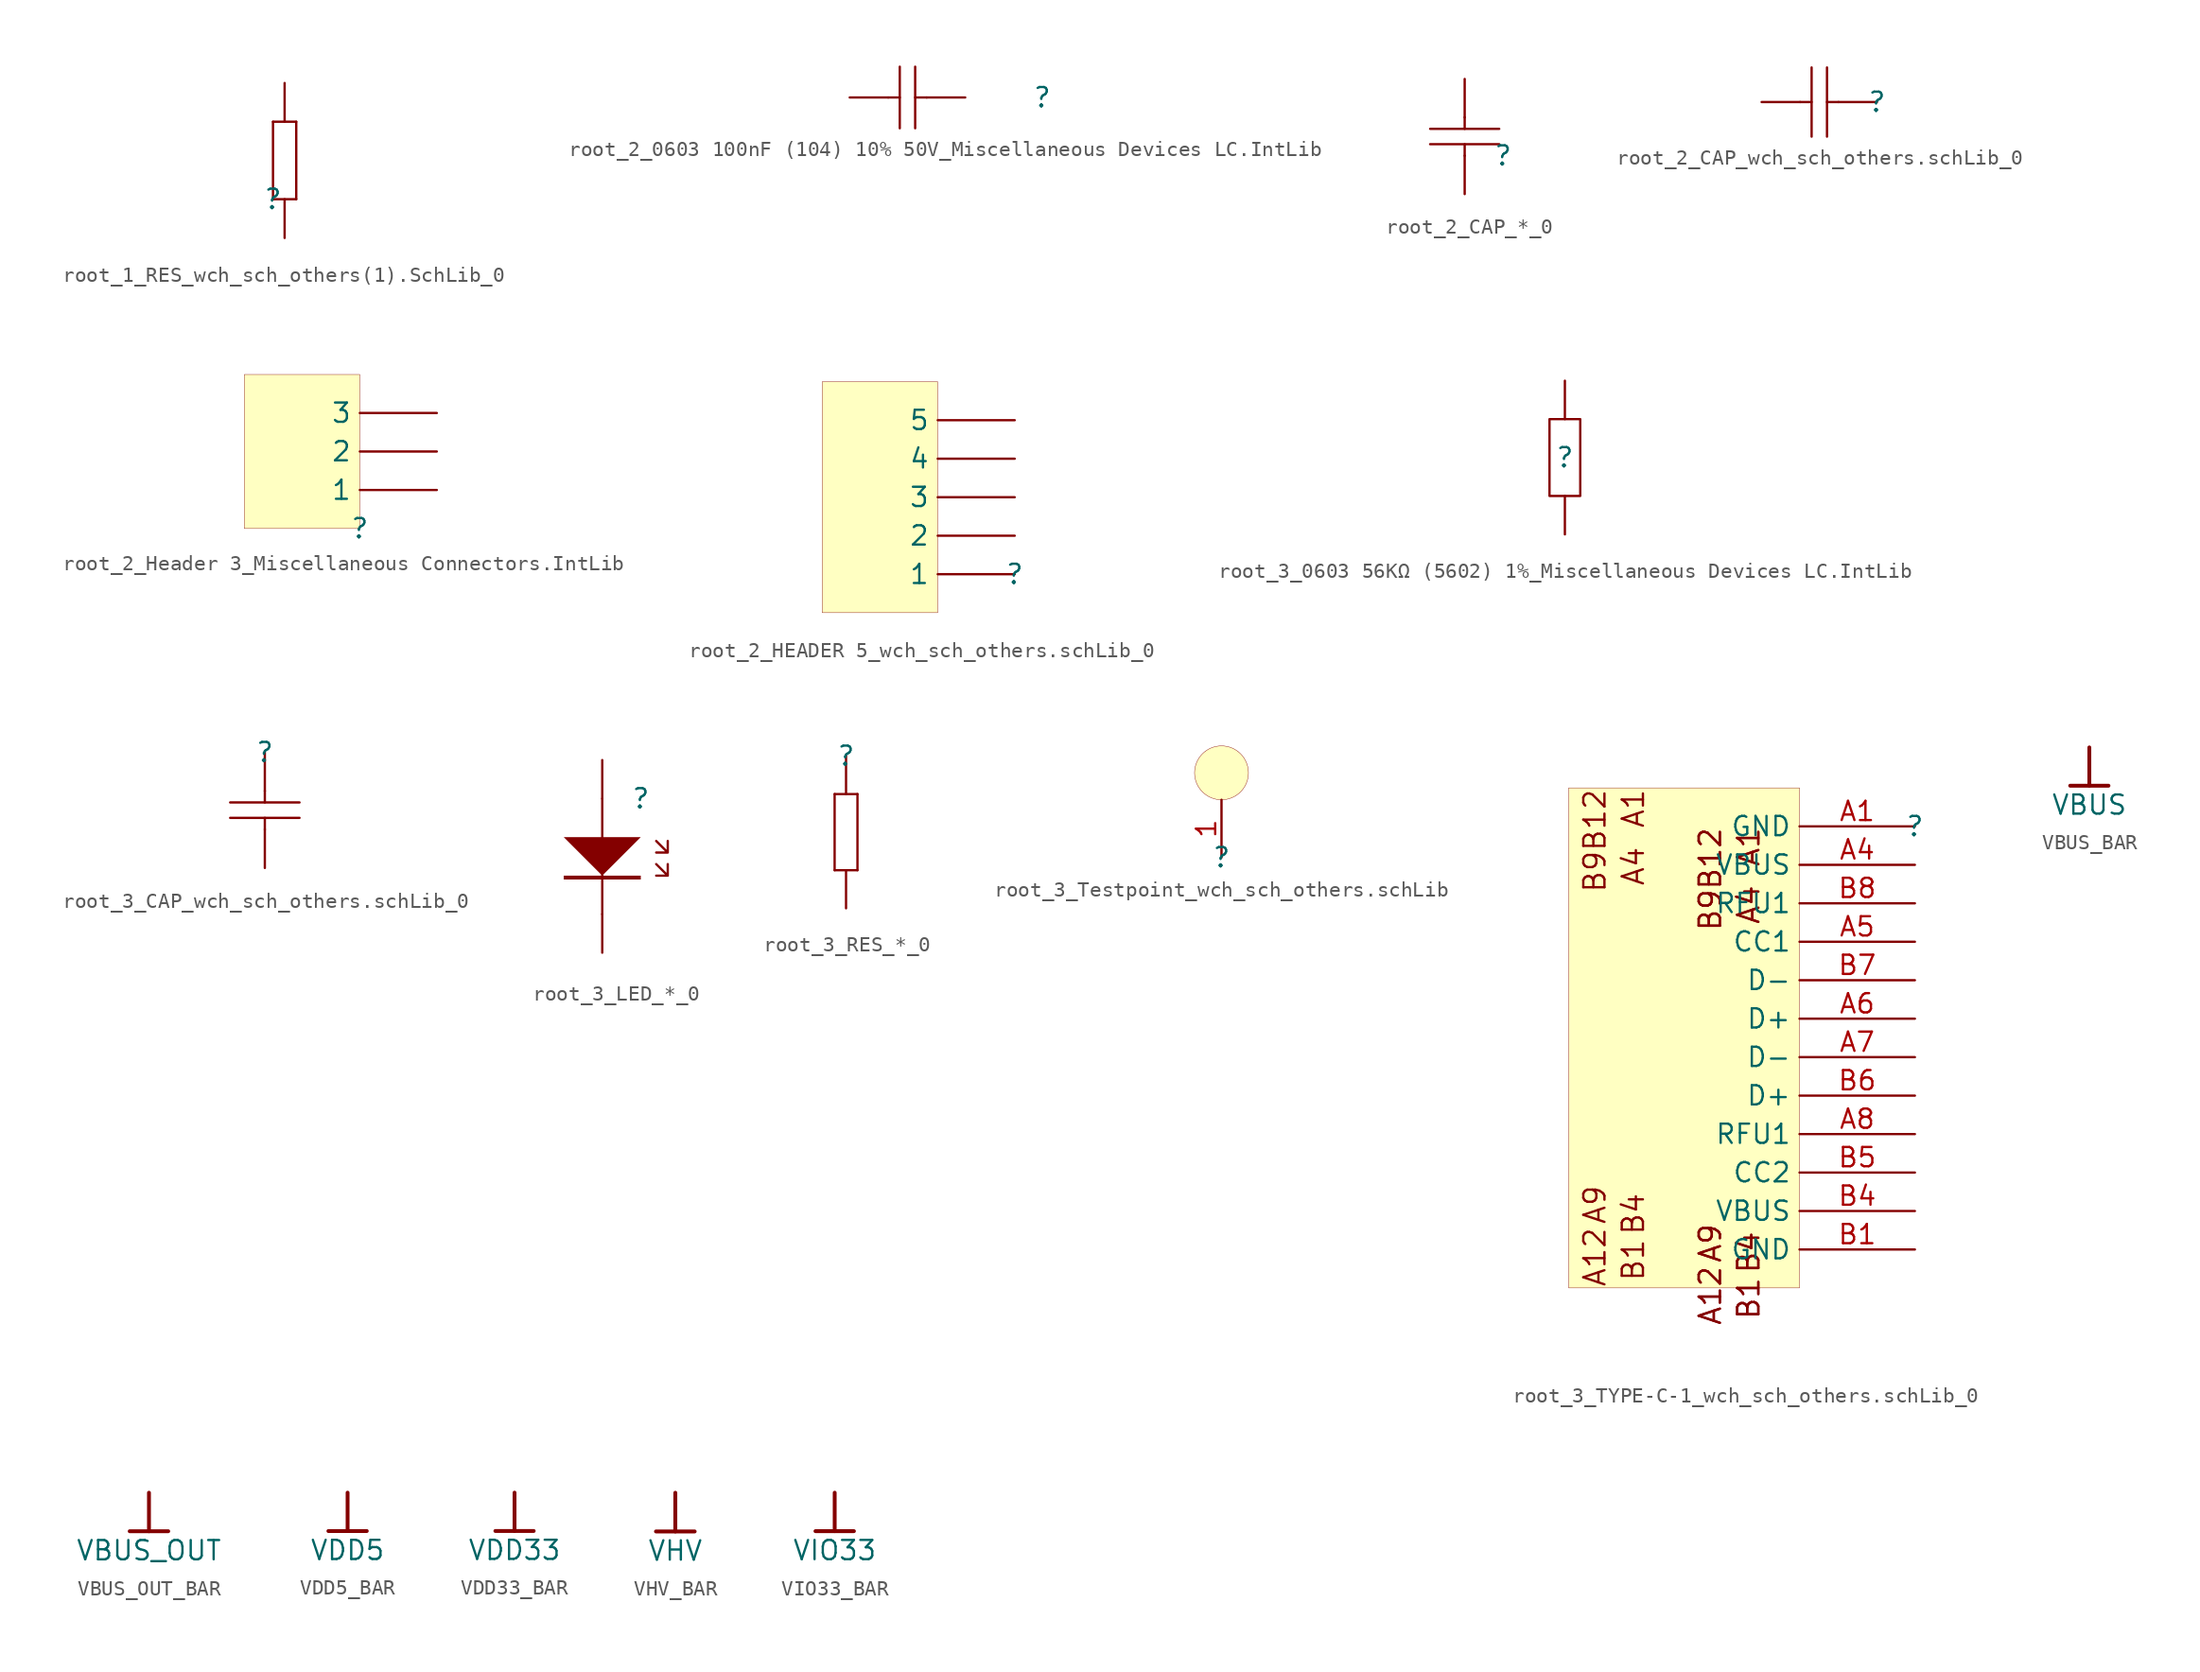
<source format=kicad_sym>
(kicad_symbol_lib
  (version 20241209)
  (generator "kicad_symbol_editor")
  (generator_version "9.0")
  (symbol "root_1_RES_wch_sch_others(1).SchLib_0"
    (pin_numbers
      (hide yes))
    (pin_names
      (hide yes))
    (property "Reference" ""
      (at 0 0 0)
      (effects (font (size 1.27 1.27))))
    (property "Value" ""
      (at 0 0 0)
      (effects (font (size 1.27 1.27))))
    (symbol "root_1_RES_wch_sch_others(1).SchLib_0_1_0"
      (polyline (pts (xy 0 5.08) (xy 1.524 5.08)) (stroke (width 0) (type solid)) (fill (type none)))
      (polyline (pts (xy 0 0) (xy 0 5.08)) (stroke (width 0) (type solid)) (fill (type none)))
      (polyline (pts (xy 0 0) (xy 1.524 0)) (stroke (width 0) (type solid)) (fill (type none)))
      (polyline (pts (xy 1.524 0) (xy 1.524 5.08)) (stroke (width 0) (type solid)) (fill (type none)))
      (pin passive line (at 0.762 7.62 270) (length 2.54) (name "" (effects (font (size 1.27 1.27)))) (number "2" (effects (font (size 1.27 1.27)))))
      (pin passive line (at 0.762 -2.54 90) (length 2.54) (name "" (effects (font (size 1.27 1.27)))) (number "1" (effects (font (size 1.27 1.27)))))))
  (symbol "root_2_0603 100nF (104) 10% 50V_Miscellaneous Devices LC.IntLib"
    (pin_numbers
      (hide yes))
    (pin_names
      (hide yes))
    (property "Reference" ""
      (at 0 0 0)
      (effects (font (size 1.27 1.27))))
    (property "Value" ""
      (at 0 0 0)
      (effects (font (size 1.27 1.27))))
    (symbol "root_2_0603 100nF (104) 10% 50V_Miscellaneous Devices LC.IntLib_1_0"
      (polyline (pts (xy -10.16 0) (xy -9.398 0)) (stroke (width 0) (type solid)) (fill (type none)))
      (polyline (pts (xy -9.398 -2.032) (xy -9.398 2.032)) (stroke (width 0) (type solid)) (fill (type none)))
      (polyline (pts (xy -8.382 2.032) (xy -8.382 -2.032)) (stroke (width 0) (type solid)) (fill (type none)))
      (polyline (pts (xy -7.62 0) (xy -8.382 0)) (stroke (width 0) (type solid)) (fill (type none)))
      (pin passive line (at -12.7 0 0) (length 2.54) (name "2" (effects (font (size 1.27 1.27)))) (number "2" (effects (font (size 1.27 1.27)))))
      (pin passive line (at -5.08 0 180) (length 2.54) (name "1" (effects (font (size 1.27 1.27)))) (number "1" (effects (font (size 1.27 1.27)))))))
  (symbol "root_2_CAP_*_0"
    (pin_numbers
      (hide yes))
    (pin_names
      (hide yes))
    (property "Reference" ""
      (at 0 0 0)
      (effects (font (size 1.27 1.27))))
    (property "Value" ""
      (at 0 0 0)
      (effects (font (size 1.27 1.27))))
    (symbol "root_2_CAP_*_0_1_0"
      (polyline (pts (xy -2.54 1.778) (xy -2.54 2.54)) (stroke (width 0) (type solid)) (fill (type none)))
      (polyline (pts (xy -2.54 0) (xy -2.54 0.762)) (stroke (width 0) (type solid)) (fill (type none)))
      (polyline (pts (xy -0.254 1.778) (xy -4.826 1.778)) (stroke (width 0) (type solid)) (fill (type none)))
      (polyline (pts (xy -0.254 0.762) (xy -4.826 0.762)) (stroke (width 0) (type solid)) (fill (type none)))
      (pin passive line (at -2.54 5.08 270) (length 2.54) (name "2" (effects (font (size 1.27 1.27)))) (number "2" (effects (font (size 1.27 1.27)))))
      (pin passive line (at -2.54 -2.54 90) (length 2.54) (name "1" (effects (font (size 1.27 1.27)))) (number "1" (effects (font (size 1.27 1.27)))))))
  (symbol "root_2_CAP_wch_sch_others.schLib_0"
    (pin_numbers
      (hide yes))
    (pin_names
      (hide yes))
    (property "Reference" ""
      (at 0 0 0)
      (effects (font (size 1.27 1.27))))
    (property "Value" ""
      (at 0 0 0)
      (effects (font (size 1.27 1.27))))
    (symbol "root_2_CAP_wch_sch_others.schLib_0_1_0"
      (polyline (pts (xy -4.318 2.286) (xy -4.318 -2.286)) (stroke (width 0) (type solid)) (fill (type none)))
      (polyline (pts (xy -4.318 0) (xy -5.08 0)) (stroke (width 0) (type solid)) (fill (type none)))
      (polyline (pts (xy -3.302 2.286) (xy -3.302 -2.286)) (stroke (width 0) (type solid)) (fill (type none)))
      (polyline (pts (xy -2.54 0) (xy -3.302 0)) (stroke (width 0) (type solid)) (fill (type none)))
      (pin passive line (at -7.62 0 0) (length 2.54) (name "2" (effects (font (size 1.27 1.27)))) (number "2" (effects (font (size 1.27 1.27)))))
      (pin passive line (at 0 0 180) (length 2.54) (name "1" (effects (font (size 1.27 1.27)))) (number "1" (effects (font (size 1.27 1.27)))))))
  (symbol "root_2_Header 3_Miscellaneous Connectors.IntLib"
    (pin_numbers
      (hide yes))
    (property "Reference" ""
      (at 0 0 0)
      (effects (font (size 1.27 1.27))))
    (property "Value" ""
      (at 0 0 0)
      (effects (font (size 1.27 1.27))))
    (symbol "root_2_Header 3_Miscellaneous Connectors.IntLib_1_0"
      (rectangle (start 0 10.16) (end -7.62 0) (stroke (width 0.025) (type solid) (color 128 0 0 1)) (fill (type background)))
      (pin passive line (at 5.08 7.62 180) (length 5.08) (name "3" (effects (font (size 1.27 1.27)))) (number "3" (effects (font (size 1.27 1.27)))))
      (pin passive line (at 5.08 5.08 180) (length 5.08) (name "2" (effects (font (size 1.27 1.27)))) (number "2" (effects (font (size 1.27 1.27)))))
      (pin passive line (at 5.08 2.54 180) (length 5.08) (name "1" (effects (font (size 1.27 1.27)))) (number "1" (effects (font (size 1.27 1.27)))))))
  (symbol "root_2_HEADER 5_wch_sch_others.schLib_0"
    (pin_numbers
      (hide yes))
    (property "Reference" ""
      (at 0 0 0)
      (effects (font (size 1.27 1.27))))
    (property "Value" ""
      (at 0 0 0)
      (effects (font (size 1.27 1.27))))
    (symbol "root_2_HEADER 5_wch_sch_others.schLib_0_1_0"
      (rectangle (start -5.08 12.7) (end -12.7 -2.54) (stroke (width 0.025) (type solid) (color 128 0 0 1)) (fill (type background)))
      (pin passive line (at 0 10.16 180) (length 5.08) (name "5" (effects (font (size 1.27 1.27)))) (number "5" (effects (font (size 1.27 1.27)))))
      (pin passive line (at 0 7.62 180) (length 5.08) (name "4" (effects (font (size 1.27 1.27)))) (number "4" (effects (font (size 1.27 1.27)))))
      (pin passive line (at 0 5.08 180) (length 5.08) (name "3" (effects (font (size 1.27 1.27)))) (number "3" (effects (font (size 1.27 1.27)))))
      (pin passive line (at 0 2.54 180) (length 5.08) (name "2" (effects (font (size 1.27 1.27)))) (number "2" (effects (font (size 1.27 1.27)))))
      (pin passive line (at 0 0 180) (length 5.08) (name "1" (effects (font (size 1.27 1.27)))) (number "1" (effects (font (size 1.27 1.27)))))))
  (symbol "root_3_0603 56KΩ (5602) 1%_Miscellaneous Devices LC.IntLib"
    (pin_numbers
      (hide yes))
    (pin_names
      (hide yes))
    (property "Reference" ""
      (at 0 0 0)
      (effects (font (size 1.27 1.27))))
    (property "Value" ""
      (at 0 0 0)
      (effects (font (size 1.27 1.27))))
    (symbol "root_3_0603 56KΩ (5602) 1%_Miscellaneous Devices LC.IntLib_1_0"
      (rectangle (start 1.016 2.54) (end -1.016 -2.54) (stroke (width 0) (type solid)) (fill (type none)))
      (pin passive line (at 0 5.08 270) (length 2.54) (name "1" (effects (font (size 1.27 1.27)))) (number "1" (effects (font (size 1.27 1.27)))))
      (pin passive line (at 0 -5.08 90) (length 2.54) (name "2" (effects (font (size 1.27 1.27)))) (number "2" (effects (font (size 1.27 1.27)))))))
  (symbol "root_3_CAP_wch_sch_others.schLib_0"
    (pin_numbers
      (hide yes))
    (pin_names
      (hide yes))
    (property "Reference" ""
      (at 0 0 0)
      (effects (font (size 1.27 1.27))))
    (property "Value" ""
      (at 0 0 0)
      (effects (font (size 1.27 1.27))))
    (symbol "root_3_CAP_wch_sch_others.schLib_0_1_0"
      (polyline (pts (xy -2.286 -3.302) (xy 2.286 -3.302)) (stroke (width 0) (type solid)) (fill (type none)))
      (polyline (pts (xy -2.286 -4.318) (xy 2.286 -4.318)) (stroke (width 0) (type solid)) (fill (type none)))
      (polyline (pts (xy 0 -2.54) (xy 0 -3.302)) (stroke (width 0) (type solid)) (fill (type none)))
      (polyline (pts (xy 0 -4.318) (xy 0 -5.08)) (stroke (width 0) (type solid)) (fill (type none)))
      (pin passive line (at 0 0 270) (length 2.54) (name "1" (effects (font (size 1.27 1.27)))) (number "1" (effects (font (size 1.27 1.27)))))
      (pin passive line (at 0 -7.62 90) (length 2.54) (name "2" (effects (font (size 1.27 1.27)))) (number "2" (effects (font (size 1.27 1.27)))))))
  (symbol "root_3_LED_*_0"
    (pin_numbers
      (hide yes))
    (pin_names
      (hide yes))
    (property "Reference" ""
      (at 0 0 0)
      (effects (font (size 1.27 1.27))))
    (property "Value" ""
      (at 0 0 0)
      (effects (font (size 1.27 1.27))))
    (symbol "root_3_LED_*_0_1_0"
      (polyline (pts (xy -5.08 -5.08) (xy -5.08 -5.334) (xy 0 -5.334) (xy 0 -5.08) (xy -5.08 -5.08)) (stroke (width -0.0001) (type solid)) (fill (type outline)))
      (polyline (pts (xy -2.54 0) (xy -2.54 -7.62)) (stroke (width 0) (type solid)) (fill (type none)))
      (polyline (pts (xy 0 -2.54) (xy -2.54 -5.08) (xy -5.08 -2.54) (xy 0 -2.54)) (stroke (width -0.0001) (type solid)) (fill (type outline)))
      (polyline (pts (xy 1.016 -2.794) (xy 1.778 -3.556) (xy 1.778 -2.794) (xy 1.778 -3.556) (xy 1.016 -3.556)) (stroke (width 0) (type solid)) (fill (type none)))
      (polyline (pts (xy 1.016 -4.318) (xy 1.778 -5.08) (xy 1.778 -4.318) (xy 1.778 -5.08) (xy 1.016 -5.08)) (stroke (width 0) (type solid)) (fill (type none)))
      (pin passive line (at -2.54 2.54 270) (length 2.54) (name "A" (effects (font (size 1.27 1.27)))) (number "1" (effects (font (size 1.27 1.27)))))
      (pin passive line (at -2.54 -10.16 90) (length 2.54) (name "K" (effects (font (size 1.27 1.27)))) (number "2" (effects (font (size 1.27 1.27)))))))
  (symbol "root_3_RES_*_0"
    (pin_numbers
      (hide yes))
    (pin_names
      (hide yes))
    (property "Reference" ""
      (at 0 0 0)
      (effects (font (size 1.27 1.27))))
    (property "Value" ""
      (at 0 0 0)
      (effects (font (size 1.27 1.27))))
    (symbol "root_3_RES_*_0_1_0"
      (polyline (pts (xy -0.762 -2.54) (xy -0.762 -7.62)) (stroke (width 0) (type solid)) (fill (type none)))
      (polyline (pts (xy 0.762 -2.54) (xy -0.762 -2.54)) (stroke (width 0) (type solid)) (fill (type none)))
      (polyline (pts (xy 0.762 -2.54) (xy 0.762 -7.62)) (stroke (width 0) (type solid)) (fill (type none)))
      (polyline (pts (xy 0.762 -7.62) (xy -0.762 -7.62)) (stroke (width 0) (type solid)) (fill (type none)))
      (pin passive line (at 0 0 270) (length 2.54) (name "" (effects (font (size 1.27 1.27)))) (number "1" (effects (font (size 1.27 1.27)))))
      (pin passive line (at 0 -10.16 90) (length 2.54) (name "" (effects (font (size 1.27 1.27)))) (number "2" (effects (font (size 1.27 1.27)))))))
  (symbol "root_3_Testpoint_wch_sch_others.schLib"
    (pin_names
      (hide yes))
    (property "Reference" ""
      (at 0 0 0)
      (effects (font (size 1.27 1.27))))
    (property "Value" ""
      (at 0 0 0)
      (effects (font (size 1.27 1.27))))
    (symbol "root_3_Testpoint_wch_sch_others.schLib_1_0"
      (circle (center 0 5.588) (radius 1.778) (stroke (width 0.025) (type solid)) (fill (type background)))
      (pin passive line (at 0 0 90) (length 3.81) (name "" (effects (font (size 1.27 1.27)))) (number "1" (effects (font (size 1.27 1.27)))))))
  (symbol "root_3_TYPE-C-1_wch_sch_others.schLib_0"
    (property "Reference" ""
      (at 0 0 0)
      (effects (font (size 1.27 1.27))))
    (property "Value" ""
      (at 0 0 0)
      (effects (font (size 1.27 1.27))))
    (symbol "root_3_TYPE-C-1_wch_sch_others.schLib_0_1_0"
      (rectangle (start -7.62 2.54) (end -22.86 -30.48) (stroke (width 0.025) (type solid) (color 128 0 0 1)) (fill (type background)))
      (text "B12" (at -20.32 2.54 900) (effects (font (size 1.397 1.397)) (justify right bottom)))
      (text "B9" (at -20.32 -1.524 900) (effects (font (size 1.397 1.397)) (justify right bottom)))
      (text "A9" (at -20.32 -23.622 900) (effects (font (size 1.397 1.397)) (justify right bottom)))
      (text "A12" (at -20.32 -26.416 900) (effects (font (size 1.397 1.397)) (justify right bottom)))
      (text "A1" (at -17.78 2.54 900) (effects (font (size 1.397 1.397)) (justify right bottom)))
      (text "A4" (at -17.78 -1.27 900) (effects (font (size 1.397 1.397)) (justify right bottom)))
      (text "B4" (at -17.78 -24.13 900) (effects (font (size 1.397 1.397)) (justify right bottom)))
      (text "B1" (at -17.78 -27.178 900) (effects (font (size 1.397 1.397)) (justify right bottom)))
      (text "B12" (at -12.7 0 900) (effects (font (size 1.397 1.397)) (justify right bottom)))
      (text "B12" (at -12.7 0 900) (effects (font (size 1.397 1.397)) (justify right bottom)))
      (text "B9" (at -12.7 -4.064 900) (effects (font (size 1.397 1.397)) (justify right bottom)))
      (text "B9" (at -12.7 -4.064 900) (effects (font (size 1.397 1.397)) (justify right bottom)))
      (text "A9" (at -12.7 -26.162 900) (effects (font (size 1.397 1.397)) (justify right bottom)))
      (text "A9" (at -12.7 -26.162 900) (effects (font (size 1.397 1.397)) (justify right bottom)))
      (text "A12" (at -12.7 -28.956 900) (effects (font (size 1.397 1.397)) (justify right bottom)))
      (text "A12" (at -12.7 -28.956 900) (effects (font (size 1.397 1.397)) (justify right bottom)))
      (text "A1" (at -10.16 0 900) (effects (font (size 1.397 1.397)) (justify right bottom)))
      (text "A1" (at -10.16 0 900) (effects (font (size 1.397 1.397)) (justify right bottom)))
      (text "A4" (at -10.16 -3.81 900) (effects (font (size 1.397 1.397)) (justify right bottom)))
      (text "A4" (at -10.16 -3.81 900) (effects (font (size 1.397 1.397)) (justify right bottom)))
      (text "B4" (at -10.16 -26.67 900) (effects (font (size 1.397 1.397)) (justify right bottom)))
      (text "B4" (at -10.16 -26.67 900) (effects (font (size 1.397 1.397)) (justify right bottom)))
      (text "B1" (at -10.16 -29.718 900) (effects (font (size 1.397 1.397)) (justify right bottom)))
      (text "B1" (at -10.16 -29.718 900) (effects (font (size 1.397 1.397)) (justify right bottom)))
      (pin bidirectional line (at 0 0 180) (length 7.62) (name "GND" (effects (font (size 1.27 1.27)))) (number "A1" (effects (font (size 1.27 1.27)))))
      (pin bidirectional line (at 0 -2.54 180) (length 7.62) (name "VBUS" (effects (font (size 1.27 1.27)))) (number "A4" (effects (font (size 1.27 1.27)))))
      (pin bidirectional line (at 0 -5.08 180) (length 7.62) (name "RFU1" (effects (font (size 1.27 1.27)))) (number "B8" (effects (font (size 1.27 1.27)))))
      (pin bidirectional line (at 0 -7.62 180) (length 7.62) (name "CC1" (effects (font (size 1.27 1.27)))) (number "A5" (effects (font (size 1.27 1.27)))))
      (pin bidirectional line (at 0 -10.16 180) (length 7.62) (name "D-" (effects (font (size 1.27 1.27)))) (number "B7" (effects (font (size 1.27 1.27)))))
      (pin bidirectional line (at 0 -12.7 180) (length 7.62) (name "D+" (effects (font (size 1.27 1.27)))) (number "A6" (effects (font (size 1.27 1.27)))))
      (pin bidirectional line (at 0 -15.24 180) (length 7.62) (name "D-" (effects (font (size 1.27 1.27)))) (number "A7" (effects (font (size 1.27 1.27)))))
      (pin bidirectional line (at 0 -17.78 180) (length 7.62) (name "D+" (effects (font (size 1.27 1.27)))) (number "B6" (effects (font (size 1.27 1.27)))))
      (pin bidirectional line (at 0 -20.32 180) (length 7.62) (name "RFU1" (effects (font (size 1.27 1.27)))) (number "A8" (effects (font (size 1.27 1.27)))))
      (pin bidirectional line (at 0 -22.86 180) (length 7.62) (name "CC2" (effects (font (size 1.27 1.27)))) (number "B5" (effects (font (size 1.27 1.27)))))
      (pin bidirectional line (at 0 -25.4 180) (length 7.62) (name "VBUS" (effects (font (size 1.27 1.27)))) (number "B4" (effects (font (size 1.27 1.27)))))
      (pin bidirectional line (at 0 -27.94 180) (length 7.62) (name "GND" (effects (font (size 1.27 1.27)))) (number "B1" (effects (font (size 1.27 1.27)))))))
  (symbol "VBUS_BAR"
    (power)
    (property "Reference" "#PWR"
      (at 0 0 0)
      (effects (font (size 1.27 1.27)) (hide yes)))
    (property "Value" "VBUS"
      (at 0 -3.81 0)
      (effects (font (size 1.27 1.27))))
    (symbol "VBUS_BAR_0_0"
      (polyline (pts (xy -1.27 -2.54) (xy 1.27 -2.54)) (stroke (width 0.254) (type solid)) (fill (type none)))
      (polyline (pts (xy 0 0) (xy 0 -2.54)) (stroke (width 0.254) (type solid)) (fill (type none)))
      (pin power_in line (at 0 0 0) (length 0) (hide yes) (name "VBUS" (effects (font (size 1.27 1.27)))) (number "" (effects (font (size 1.27 1.27)))))))
  (symbol "VBUS_OUT_BAR"
    (power)
    (property "Reference" "#PWR"
      (at 0 0 0)
      (effects (font (size 1.27 1.27)) (hide yes)))
    (property "Value" "VBUS_OUT"
      (at 0 -3.81 0)
      (effects (font (size 1.27 1.27))))
    (symbol "VBUS_OUT_BAR_0_0"
      (polyline (pts (xy -1.27 -2.54) (xy 1.27 -2.54)) (stroke (width 0.254) (type solid)) (fill (type none)))
      (polyline (pts (xy 0 0) (xy 0 -2.54)) (stroke (width 0.254) (type solid)) (fill (type none)))
      (pin power_in line (at 0 0 0) (length 0) (hide yes) (name "VBUS_OUT" (effects (font (size 1.27 1.27)))) (number "" (effects (font (size 1.27 1.27)))))))
  (symbol "VDD5_BAR"
    (power)
    (property "Reference" "#PWR"
      (at 0 0 0)
      (effects (font (size 1.27 1.27)) (hide yes)))
    (property "Value" "VDD5"
      (at 0 -3.81 0)
      (effects (font (size 1.27 1.27))))
    (symbol "VDD5_BAR_0_0"
      (polyline (pts (xy -1.27 -2.54) (xy 1.27 -2.54)) (stroke (width 0.254) (type solid)) (fill (type none)))
      (polyline (pts (xy 0 0) (xy 0 -2.54)) (stroke (width 0.254) (type solid)) (fill (type none)))
      (pin power_in line (at 0 0 0) (length 0) (hide yes) (name "VDD5" (effects (font (size 1.27 1.27)))) (number "" (effects (font (size 1.27 1.27)))))))
  (symbol "VDD33_BAR"
    (power)
    (property "Reference" "#PWR"
      (at 0 0 0)
      (effects (font (size 1.27 1.27)) (hide yes)))
    (property "Value" "VDD33"
      (at 0 -3.81 0)
      (effects (font (size 1.27 1.27))))
    (symbol "VDD33_BAR_0_0"
      (polyline (pts (xy -1.27 -2.54) (xy 1.27 -2.54)) (stroke (width 0.254) (type solid)) (fill (type none)))
      (polyline (pts (xy 0 0) (xy 0 -2.54)) (stroke (width 0.254) (type solid)) (fill (type none)))
      (pin power_in line (at 0 0 0) (length 0) (hide yes) (name "VDD33" (effects (font (size 1.27 1.27)))) (number "" (effects (font (size 1.27 1.27)))))))
  (symbol "VHV_BAR"
    (power)
    (property "Reference" "#PWR"
      (at 0 0 0)
      (effects (font (size 1.27 1.27)) (hide yes)))
    (property "Value" "VHV"
      (at 0 -3.81 0)
      (effects (font (size 1.27 1.27))))
    (symbol "VHV_BAR_0_0"
      (polyline (pts (xy -1.27 -2.54) (xy 1.27 -2.54)) (stroke (width 0.254) (type solid)) (fill (type none)))
      (polyline (pts (xy 0 0) (xy 0 -2.54)) (stroke (width 0.254) (type solid)) (fill (type none)))
      (pin power_in line (at 0 0 0) (length 0) (hide yes) (name "VHV" (effects (font (size 1.27 1.27)))) (number "" (effects (font (size 1.27 1.27)))))))
  (symbol "VIO33_BAR"
    (power)
    (property "Reference" "#PWR"
      (at 0 0 0)
      (effects (font (size 1.27 1.27)) (hide yes)))
    (property "Value" "VIO33"
      (at 0 -3.81 0)
      (effects (font (size 1.27 1.27))))
    (symbol "VIO33_BAR_0_0"
      (polyline (pts (xy -1.27 -2.54) (xy 1.27 -2.54)) (stroke (width 0.254) (type solid)) (fill (type none)))
      (polyline (pts (xy 0 0) (xy 0 -2.54)) (stroke (width 0.254) (type solid)) (fill (type none)))
      (pin power_in line (at 0 0 0) (length 0) (hide yes) (name "VIO33" (effects (font (size 1.27 1.27)))) (number "" (effects (font (size 1.27 1.27))))))))
</source>
